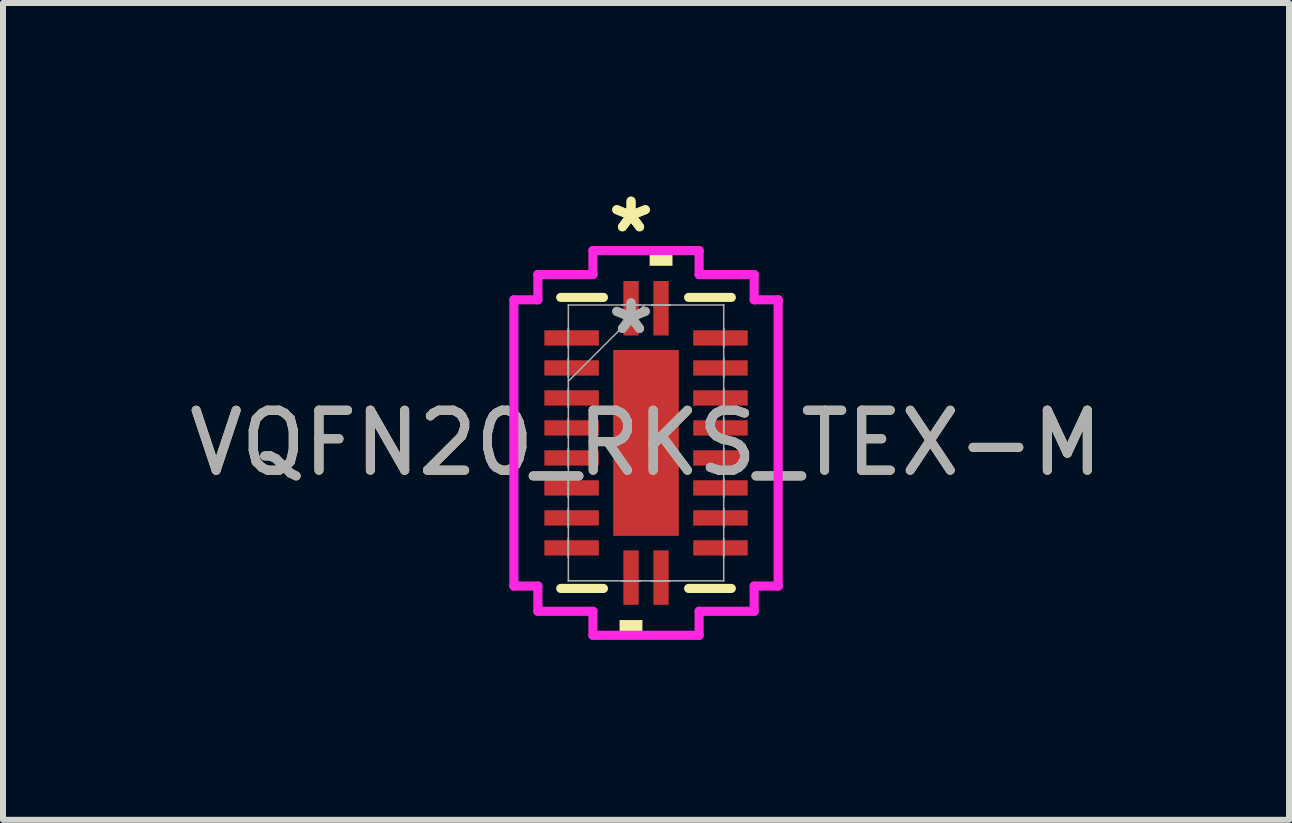
<source format=kicad_pcb>
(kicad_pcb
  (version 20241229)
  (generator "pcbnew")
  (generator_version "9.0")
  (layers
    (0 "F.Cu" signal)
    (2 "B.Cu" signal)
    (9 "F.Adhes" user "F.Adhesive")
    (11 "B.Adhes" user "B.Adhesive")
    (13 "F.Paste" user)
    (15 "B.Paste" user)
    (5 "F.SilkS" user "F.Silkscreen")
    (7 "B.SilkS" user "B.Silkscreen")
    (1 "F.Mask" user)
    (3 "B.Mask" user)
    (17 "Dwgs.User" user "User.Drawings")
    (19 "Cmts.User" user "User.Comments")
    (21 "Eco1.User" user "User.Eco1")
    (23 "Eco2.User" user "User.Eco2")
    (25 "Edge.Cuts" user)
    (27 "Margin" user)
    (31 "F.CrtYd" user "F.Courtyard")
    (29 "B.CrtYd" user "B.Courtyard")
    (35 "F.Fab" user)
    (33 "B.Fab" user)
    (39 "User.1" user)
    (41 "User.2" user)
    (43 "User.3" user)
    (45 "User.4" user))
  (footprint "VQFN20_RKS_TEX-M"
    (layer "F.Cu")
    (at 7.72 4.334)
    (property "Reference" "VQFN20_RKS_TEX-M" (at 0 0 0) (unlocked yes) (layer "F.SilkS") (effects (font (size 1 1) (thickness 0.15))))
    (attr smd)
    (fp_line (start -1.422 2.426) (end -0.71 2.426) (stroke (width 0.152) (type solid)) (layer "F.SilkS"))
    (fp_line (start -0.71 -2.426) (end -1.422 -2.426) (stroke (width 0.152) (type solid)) (layer "F.SilkS"))
    (fp_line (start 0.71 2.426) (end 1.422 2.426) (stroke (width 0.152) (type solid)) (layer "F.SilkS"))
    (fp_line (start 1.422 -2.426) (end 0.71 -2.426) (stroke (width 0.152) (type solid)) (layer "F.SilkS"))
    (fp_poly (pts (xy -0.441 2.953) (xy -0.441 3.207) (xy -0.06 3.207) (xy -0.06 2.953)) (stroke (width 0) (type solid)) (fill yes) (layer "F.SilkS"))
    (fp_poly (pts (xy 0.06 -2.953) (xy 0.06 -3.207) (xy 0.441 -3.207) (xy 0.441 -2.953)) (stroke (width 0) (type solid)) (fill yes) (layer "F.SilkS"))
    (fp_poly (pts (xy -0.446 -1.449) (xy -0.446 -0.1) (xy 0.446 -0.1) (xy 0.446 -1.449)) (stroke (width 0) (type solid)) (fill yes) (layer "F.Paste"))
    (fp_poly (pts (xy -0.446 0.1) (xy -0.446 1.449) (xy 0.446 1.449) (xy 0.446 0.1)) (stroke (width 0) (type solid)) (fill yes) (layer "F.Paste"))
    (fp_line (start -2.203 -2.386) (end -1.803 -2.386) (stroke (width 0.152) (type solid)) (layer "F.CrtYd"))
    (fp_line (start -2.203 2.386) (end -2.203 -2.386) (stroke (width 0.152) (type solid)) (layer "F.CrtYd"))
    (fp_line (start -1.803 -2.807) (end -0.885 -2.807) (stroke (width 0.152) (type solid)) (layer "F.CrtYd"))
    (fp_line (start -1.803 -2.386) (end -1.803 -2.807) (stroke (width 0.152) (type solid)) (layer "F.CrtYd"))
    (fp_line (start -1.803 2.386) (end -2.203 2.386) (stroke (width 0.152) (type solid)) (layer "F.CrtYd"))
    (fp_line (start -1.803 2.807) (end -1.803 2.386) (stroke (width 0.152) (type solid)) (layer "F.CrtYd"))
    (fp_line (start -0.885 -3.207) (end 0.885 -3.207) (stroke (width 0.152) (type solid)) (layer "F.CrtYd"))
    (fp_line (start -0.885 -2.807) (end -0.885 -3.207) (stroke (width 0.152) (type solid)) (layer "F.CrtYd"))
    (fp_line (start -0.885 2.807) (end -1.803 2.807) (stroke (width 0.152) (type solid)) (layer "F.CrtYd"))
    (fp_line (start -0.885 3.207) (end -0.885 2.807) (stroke (width 0.152) (type solid)) (layer "F.CrtYd"))
    (fp_line (start 0.885 -3.207) (end 0.885 -2.807) (stroke (width 0.152) (type solid)) (layer "F.CrtYd"))
    (fp_line (start 0.885 -2.807) (end 1.803 -2.807) (stroke (width 0.152) (type solid)) (layer "F.CrtYd"))
    (fp_line (start 0.885 2.807) (end 0.885 3.207) (stroke (width 0.152) (type solid)) (layer "F.CrtYd"))
    (fp_line (start 0.885 3.207) (end -0.885 3.207) (stroke (width 0.152) (type solid)) (layer "F.CrtYd"))
    (fp_line (start 1.803 -2.807) (end 1.803 -2.386) (stroke (width 0.152) (type solid)) (layer "F.CrtYd"))
    (fp_line (start 1.803 -2.386) (end 2.203 -2.386) (stroke (width 0.152) (type solid)) (layer "F.CrtYd"))
    (fp_line (start 1.803 2.386) (end 1.803 2.807) (stroke (width 0.152) (type solid)) (layer "F.CrtYd"))
    (fp_line (start 1.803 2.807) (end 0.885 2.807) (stroke (width 0.152) (type solid)) (layer "F.CrtYd"))
    (fp_line (start 2.203 -2.386) (end 2.203 2.386) (stroke (width 0.152) (type solid)) (layer "F.CrtYd"))
    (fp_line (start 2.203 2.386) (end 1.803 2.386) (stroke (width 0.152) (type solid)) (layer "F.CrtYd"))
    (fp_line (start -1.295 -2.299) (end -1.295 -2.299) (stroke (width 0.025) (type solid)) (layer "F.Fab"))
    (fp_line (start -1.295 -2.299) (end -1.295 2.299) (stroke (width 0.025) (type solid)) (layer "F.Fab"))
    (fp_line (start -1.295 -1.903) (end -1.295 -1.903) (stroke (width 0.025) (type solid)) (layer "F.Fab"))
    (fp_line (start -1.295 -1.903) (end -1.295 -1.598) (stroke (width 0.025) (type solid)) (layer "F.Fab"))
    (fp_line (start -1.295 -1.598) (end -1.295 -1.903) (stroke (width 0.025) (type solid)) (layer "F.Fab"))
    (fp_line (start -1.295 -1.598) (end -1.295 -1.598) (stroke (width 0.025) (type solid)) (layer "F.Fab"))
    (fp_line (start -1.295 -1.403) (end -1.295 -1.403) (stroke (width 0.025) (type solid)) (layer "F.Fab"))
    (fp_line (start -1.295 -1.403) (end -1.295 -1.098) (stroke (width 0.025) (type solid)) (layer "F.Fab"))
    (fp_line (start -1.295 -1.098) (end -1.295 -1.403) (stroke (width 0.025) (type solid)) (layer "F.Fab"))
    (fp_line (start -1.295 -1.098) (end -1.295 -1.098) (stroke (width 0.025) (type solid)) (layer "F.Fab"))
    (fp_line (start -1.295 -1.029) (end -0.025 -2.299) (stroke (width 0.025) (type solid)) (layer "F.Fab"))
    (fp_line (start -1.295 -0.903) (end -1.295 -0.903) (stroke (width 0.025) (type solid)) (layer "F.Fab"))
    (fp_line (start -1.295 -0.903) (end -1.295 -0.598) (stroke (width 0.025) (type solid)) (layer "F.Fab"))
    (fp_line (start -1.295 -0.598) (end -1.295 -0.903) (stroke (width 0.025) (type solid)) (layer "F.Fab"))
    (fp_line (start -1.295 -0.598) (end -1.295 -0.598) (stroke (width 0.025) (type solid)) (layer "F.Fab"))
    (fp_line (start -1.295 -0.402) (end -1.295 -0.402) (stroke (width 0.025) (type solid)) (layer "F.Fab"))
    (fp_line (start -1.295 -0.402) (end -1.295 -0.098) (stroke (width 0.025) (type solid)) (layer "F.Fab"))
    (fp_line (start -1.295 -0.098) (end -1.295 -0.402) (stroke (width 0.025) (type solid)) (layer "F.Fab"))
    (fp_line (start -1.295 -0.098) (end -1.295 -0.098) (stroke (width 0.025) (type solid)) (layer "F.Fab"))
    (fp_line (start -1.295 0.098) (end -1.295 0.098) (stroke (width 0.025) (type solid)) (layer "F.Fab"))
    (fp_line (start -1.295 0.098) (end -1.295 0.402) (stroke (width 0.025) (type solid)) (layer "F.Fab"))
    (fp_line (start -1.295 0.402) (end -1.295 0.098) (stroke (width 0.025) (type solid)) (layer "F.Fab"))
    (fp_line (start -1.295 0.402) (end -1.295 0.402) (stroke (width 0.025) (type solid)) (layer "F.Fab"))
    (fp_line (start -1.295 0.598) (end -1.295 0.598) (stroke (width 0.025) (type solid)) (layer "F.Fab"))
    (fp_line (start -1.295 0.598) (end -1.295 0.903) (stroke (width 0.025) (type solid)) (layer "F.Fab"))
    (fp_line (start -1.295 0.903) (end -1.295 0.598) (stroke (width 0.025) (type solid)) (layer "F.Fab"))
    (fp_line (start -1.295 0.903) (end -1.295 0.903) (stroke (width 0.025) (type solid)) (layer "F.Fab"))
    (fp_line (start -1.295 1.098) (end -1.295 1.098) (stroke (width 0.025) (type solid)) (layer "F.Fab"))
    (fp_line (start -1.295 1.098) (end -1.295 1.403) (stroke (width 0.025) (type solid)) (layer "F.Fab"))
    (fp_line (start -1.295 1.403) (end -1.295 1.098) (stroke (width 0.025) (type solid)) (layer "F.Fab"))
    (fp_line (start -1.295 1.403) (end -1.295 1.403) (stroke (width 0.025) (type solid)) (layer "F.Fab"))
    (fp_line (start -1.295 1.598) (end -1.295 1.598) (stroke (width 0.025) (type solid)) (layer "F.Fab"))
    (fp_line (start -1.295 1.598) (end -1.295 1.903) (stroke (width 0.025) (type solid)) (layer "F.Fab"))
    (fp_line (start -1.295 1.903) (end -1.295 1.598) (stroke (width 0.025) (type solid)) (layer "F.Fab"))
    (fp_line (start -1.295 1.903) (end -1.295 1.903) (stroke (width 0.025) (type solid)) (layer "F.Fab"))
    (fp_line (start -1.295 2.299) (end -1.295 2.299) (stroke (width 0.025) (type solid)) (layer "F.Fab"))
    (fp_line (start -1.295 2.299) (end 1.295 2.299) (stroke (width 0.025) (type solid)) (layer "F.Fab"))
    (fp_line (start -0.402 -2.299) (end -0.402 -2.299) (stroke (width 0.025) (type solid)) (layer "F.Fab"))
    (fp_line (start -0.402 -2.299) (end -0.098 -2.299) (stroke (width 0.025) (type solid)) (layer "F.Fab"))
    (fp_line (start -0.402 2.299) (end -0.402 2.299) (stroke (width 0.025) (type solid)) (layer "F.Fab"))
    (fp_line (start -0.402 2.299) (end -0.098 2.299) (stroke (width 0.025) (type solid)) (layer "F.Fab"))
    (fp_line (start -0.098 -2.299) (end -0.402 -2.299) (stroke (width 0.025) (type solid)) (layer "F.Fab"))
    (fp_line (start -0.098 -2.299) (end -0.098 -2.299) (stroke (width 0.025) (type solid)) (layer "F.Fab"))
    (fp_line (start -0.098 2.299) (end -0.402 2.299) (stroke (width 0.025) (type solid)) (layer "F.Fab"))
    (fp_line (start -0.098 2.299) (end -0.098 2.299) (stroke (width 0.025) (type solid)) (layer "F.Fab"))
    (fp_line (start 0.098 -2.299) (end 0.098 -2.299) (stroke (width 0.025) (type solid)) (layer "F.Fab"))
    (fp_line (start 0.098 -2.299) (end 0.402 -2.299) (stroke (width 0.025) (type solid)) (layer "F.Fab"))
    (fp_line (start 0.098 2.299) (end 0.098 2.299) (stroke (width 0.025) (type solid)) (layer "F.Fab"))
    (fp_line (start 0.098 2.299) (end 0.402 2.299) (stroke (width 0.025) (type solid)) (layer "F.Fab"))
    (fp_line (start 0.402 -2.299) (end 0.098 -2.299) (stroke (width 0.025) (type solid)) (layer "F.Fab"))
    (fp_line (start 0.402 -2.299) (end 0.402 -2.299) (stroke (width 0.025) (type solid)) (layer "F.Fab"))
    (fp_line (start 0.402 2.299) (end 0.098 2.299) (stroke (width 0.025) (type solid)) (layer "F.Fab"))
    (fp_line (start 0.402 2.299) (end 0.402 2.299) (stroke (width 0.025) (type solid)) (layer "F.Fab"))
    (fp_line (start 1.295 -2.299) (end -1.295 -2.299) (stroke (width 0.025) (type solid)) (layer "F.Fab"))
    (fp_line (start 1.295 -2.299) (end 1.295 -2.299) (stroke (width 0.025) (type solid)) (layer "F.Fab"))
    (fp_line (start 1.295 -1.903) (end 1.295 -1.903) (stroke (width 0.025) (type solid)) (layer "F.Fab"))
    (fp_line (start 1.295 -1.903) (end 1.295 -1.598) (stroke (width 0.025) (type solid)) (layer "F.Fab"))
    (fp_line (start 1.295 -1.598) (end 1.295 -1.903) (stroke (width 0.025) (type solid)) (layer "F.Fab"))
    (fp_line (start 1.295 -1.598) (end 1.295 -1.598) (stroke (width 0.025) (type solid)) (layer "F.Fab"))
    (fp_line (start 1.295 -1.403) (end 1.295 -1.403) (stroke (width 0.025) (type solid)) (layer "F.Fab"))
    (fp_line (start 1.295 -1.403) (end 1.295 -1.098) (stroke (width 0.025) (type solid)) (layer "F.Fab"))
    (fp_line (start 1.295 -1.098) (end 1.295 -1.403) (stroke (width 0.025) (type solid)) (layer "F.Fab"))
    (fp_line (start 1.295 -1.098) (end 1.295 -1.098) (stroke (width 0.025) (type solid)) (layer "F.Fab"))
    (fp_line (start 1.295 -0.903) (end 1.295 -0.903) (stroke (width 0.025) (type solid)) (layer "F.Fab"))
    (fp_line (start 1.295 -0.903) (end 1.295 -0.598) (stroke (width 0.025) (type solid)) (layer "F.Fab"))
    (fp_line (start 1.295 -0.598) (end 1.295 -0.903) (stroke (width 0.025) (type solid)) (layer "F.Fab"))
    (fp_line (start 1.295 -0.598) (end 1.295 -0.598) (stroke (width 0.025) (type solid)) (layer "F.Fab"))
    (fp_line (start 1.295 -0.402) (end 1.295 -0.402) (stroke (width 0.025) (type solid)) (layer "F.Fab"))
    (fp_line (start 1.295 -0.402) (end 1.295 -0.098) (stroke (width 0.025) (type solid)) (layer "F.Fab"))
    (fp_line (start 1.295 -0.098) (end 1.295 -0.402) (stroke (width 0.025) (type solid)) (layer "F.Fab"))
    (fp_line (start 1.295 -0.098) (end 1.295 -0.098) (stroke (width 0.025) (type solid)) (layer "F.Fab"))
    (fp_line (start 1.295 0.098) (end 1.295 0.098) (stroke (width 0.025) (type solid)) (layer "F.Fab"))
    (fp_line (start 1.295 0.098) (end 1.295 0.402) (stroke (width 0.025) (type solid)) (layer "F.Fab"))
    (fp_line (start 1.295 0.402) (end 1.295 0.098) (stroke (width 0.025) (type solid)) (layer "F.Fab"))
    (fp_line (start 1.295 0.402) (end 1.295 0.402) (stroke (width 0.025) (type solid)) (layer "F.Fab"))
    (fp_line (start 1.295 0.598) (end 1.295 0.598) (stroke (width 0.025) (type solid)) (layer "F.Fab"))
    (fp_line (start 1.295 0.598) (end 1.295 0.903) (stroke (width 0.025) (type solid)) (layer "F.Fab"))
    (fp_line (start 1.295 0.903) (end 1.295 0.598) (stroke (width 0.025) (type solid)) (layer "F.Fab"))
    (fp_line (start 1.295 0.903) (end 1.295 0.903) (stroke (width 0.025) (type solid)) (layer "F.Fab"))
    (fp_line (start 1.295 1.098) (end 1.295 1.098) (stroke (width 0.025) (type solid)) (layer "F.Fab"))
    (fp_line (start 1.295 1.098) (end 1.295 1.403) (stroke (width 0.025) (type solid)) (layer "F.Fab"))
    (fp_line (start 1.295 1.403) (end 1.295 1.098) (stroke (width 0.025) (type solid)) (layer "F.Fab"))
    (fp_line (start 1.295 1.403) (end 1.295 1.403) (stroke (width 0.025) (type solid)) (layer "F.Fab"))
    (fp_line (start 1.295 1.598) (end 1.295 1.598) (stroke (width 0.025) (type solid)) (layer "F.Fab"))
    (fp_line (start 1.295 1.598) (end 1.295 1.903) (stroke (width 0.025) (type solid)) (layer "F.Fab"))
    (fp_line (start 1.295 1.903) (end 1.295 1.598) (stroke (width 0.025) (type solid)) (layer "F.Fab"))
    (fp_line (start 1.295 1.903) (end 1.295 1.903) (stroke (width 0.025) (type solid)) (layer "F.Fab"))
    (fp_line (start 1.295 2.299) (end 1.295 -2.299) (stroke (width 0.025) (type solid)) (layer "F.Fab"))
    (fp_line (start 1.295 2.299) (end 1.295 2.299) (stroke (width 0.025) (type solid)) (layer "F.Fab"))
    (fp_text user "*" (at -0.25 -3.486 0) (unlocked yes) (layer "F.SilkS") (effects (font (size 1 1) (thickness 0.15))))
    (fp_text user "*" (at -0.25 -3.486 0) (layer "F.SilkS") (effects (font (size 1 1) (thickness 0.15))))
    (fp_text user "${REFERENCE}" (at 0 0 0) (unlocked yes) (layer "F.Fab") (effects (font (size 1 1) (thickness 0.15))))
    (fp_text user "*" (at -0.25 -1.791 0) (layer "F.Fab") (effects (font (size 1 1) (thickness 0.15))))
    (fp_text user "*" (at -0.25 -1.791 0) (unlocked yes) (layer "F.Fab") (effects (font (size 1 1) (thickness 0.15))))
    (pad "1" smd rect (at -0.25 -2.245) (size 0.255 0.908) (layers "F.Cu" "F.Mask" "F.Paste"))
    (pad "2" smd rect (at -1.241 -1.75 90) (size 0.255 0.908) (layers "F.Cu" "F.Mask" "F.Paste"))
    (pad "3" smd rect (at -1.241 -1.25 90) (size 0.255 0.908) (layers "F.Cu" "F.Mask" "F.Paste"))
    (pad "4" smd rect (at -1.241 -0.75 90) (size 0.255 0.908) (layers "F.Cu" "F.Mask" "F.Paste"))
    (pad "5" smd rect (at -1.241 -0.25 90) (size 0.255 0.908) (layers "F.Cu" "F.Mask" "F.Paste"))
    (pad "6" smd rect (at -1.241 0.25 90) (size 0.255 0.908) (layers "F.Cu" "F.Mask" "F.Paste"))
    (pad "7" smd rect (at -1.241 0.75 90) (size 0.255 0.908) (layers "F.Cu" "F.Mask" "F.Paste"))
    (pad "8" smd rect (at -1.241 1.25 90) (size 0.255 0.908) (layers "F.Cu" "F.Mask" "F.Paste"))
    (pad "9" smd rect (at -1.241 1.75 90) (size 0.255 0.908) (layers "F.Cu" "F.Mask" "F.Paste"))
    (pad "10" smd rect (at -0.25 2.245) (size 0.255 0.908) (layers "F.Cu" "F.Mask" "F.Paste"))
    (pad "11" smd rect (at 0.25 2.245) (size 0.255 0.908) (layers "F.Cu" "F.Mask" "F.Paste"))
    (pad "12" smd rect (at 1.241 1.75 90) (size 0.255 0.908) (layers "F.Cu" "F.Mask" "F.Paste"))
    (pad "13" smd rect (at 1.241 1.25 90) (size 0.255 0.908) (layers "F.Cu" "F.Mask" "F.Paste"))
    (pad "14" smd rect (at 1.241 0.75 90) (size 0.255 0.908) (layers "F.Cu" "F.Mask" "F.Paste"))
    (pad "15" smd rect (at 1.241 0.25 90) (size 0.255 0.908) (layers "F.Cu" "F.Mask" "F.Paste"))
    (pad "16" smd rect (at 1.241 -0.25 90) (size 0.255 0.908) (layers "F.Cu" "F.Mask" "F.Paste"))
    (pad "17" smd rect (at 1.241 -0.75 90) (size 0.255 0.908) (layers "F.Cu" "F.Mask" "F.Paste"))
    (pad "18" smd rect (at 1.241 -1.25 90) (size 0.255 0.908) (layers "F.Cu" "F.Mask" "F.Paste"))
    (pad "19" smd rect (at 1.241 -1.75 90) (size 0.255 0.908) (layers "F.Cu" "F.Mask" "F.Paste"))
    (pad "20" smd rect (at 0.25 -2.245) (size 0.255 0.908) (layers "F.Cu" "F.Mask" "F.Paste"))
    (pad "21" smd rect (at 0 0) (size 1.092 3.099) (layers "F.Cu" "F.Mask" "F.Paste")))
  (gr_rect
    (start -3 -3)
    (end 18.44 10.617)
    (stroke (width 0.1) (type default))
    (fill no)
    (layer "Edge.Cuts")))
</source>
